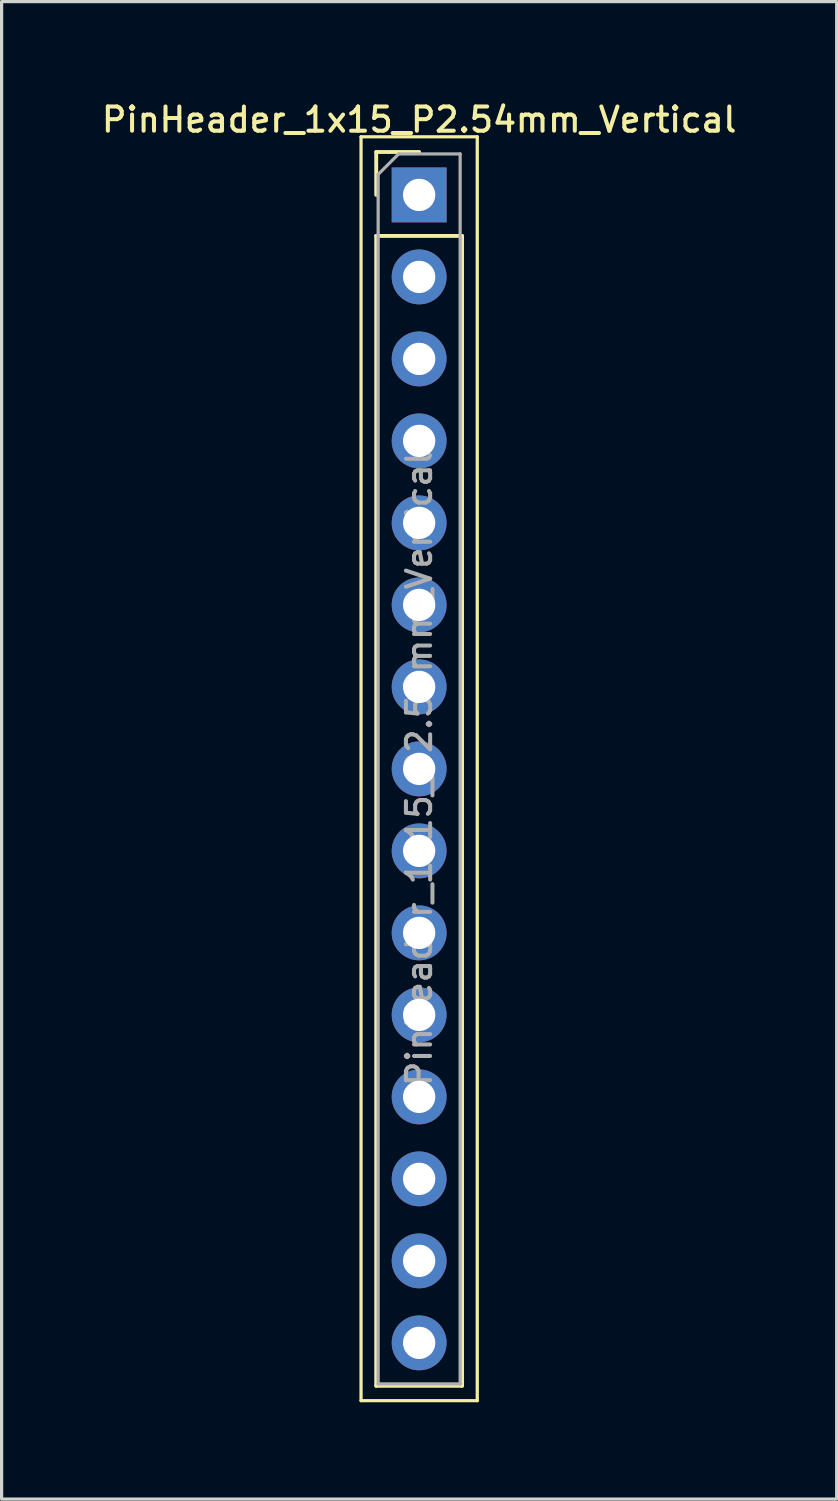
<source format=kicad_pcb>
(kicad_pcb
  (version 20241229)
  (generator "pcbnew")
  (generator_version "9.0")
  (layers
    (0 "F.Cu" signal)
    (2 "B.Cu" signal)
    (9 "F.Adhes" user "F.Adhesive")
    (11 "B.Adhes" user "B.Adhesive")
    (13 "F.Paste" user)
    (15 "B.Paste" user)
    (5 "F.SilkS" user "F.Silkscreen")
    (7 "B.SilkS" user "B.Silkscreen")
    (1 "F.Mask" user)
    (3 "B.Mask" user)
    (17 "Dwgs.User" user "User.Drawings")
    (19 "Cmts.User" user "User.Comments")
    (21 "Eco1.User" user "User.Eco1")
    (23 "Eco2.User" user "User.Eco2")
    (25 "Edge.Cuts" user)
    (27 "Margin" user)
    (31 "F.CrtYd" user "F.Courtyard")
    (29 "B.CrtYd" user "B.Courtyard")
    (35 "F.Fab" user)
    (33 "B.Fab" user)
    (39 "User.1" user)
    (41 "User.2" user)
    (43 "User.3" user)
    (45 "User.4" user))
  (footprint "PinHeader_1x15_P2.54mm_Vertical"
    (layer "F.Cu")
    (at 9.934 2.988)
    (property "Reference" "PinHeader_1x15_P2.54mm_Vertical" (at 0 -2.33 0) (layer "F.SilkS") (effects (font (size 0.75 0.75) (thickness 0.125))))
    (attr through_hole)
    (fp_line (start -1.8 -1.8) (end -1.8 37.35) (stroke (width 0.1) (type solid)) (layer "F.SilkS"))
    (fp_line (start -1.8 37.35) (end 1.8 37.35) (stroke (width 0.1) (type solid)) (layer "F.SilkS"))
    (fp_line (start -1.33 -1.33) (end 0 -1.33) (stroke (width 0.12) (type solid)) (layer "F.SilkS"))
    (fp_line (start -1.33 0) (end -1.33 -1.33) (stroke (width 0.12) (type solid)) (layer "F.SilkS"))
    (fp_line (start -1.33 1.27) (end -1.33 36.89) (stroke (width 0.12) (type solid)) (layer "F.SilkS"))
    (fp_line (start -1.33 1.27) (end 1.33 1.27) (stroke (width 0.12) (type solid)) (layer "F.SilkS"))
    (fp_line (start -1.33 36.89) (end 1.33 36.89) (stroke (width 0.12) (type solid)) (layer "F.SilkS"))
    (fp_line (start 1.33 1.27) (end 1.33 36.89) (stroke (width 0.12) (type solid)) (layer "F.SilkS"))
    (fp_line (start 1.8 -1.8) (end -1.8 -1.8) (stroke (width 0.1) (type solid)) (layer "F.SilkS"))
    (fp_line (start 1.8 37.35) (end 1.8 -1.8) (stroke (width 0.1) (type solid)) (layer "F.SilkS"))
    (fp_line (start -1.27 -0.635) (end -0.635 -1.27) (stroke (width 0.1) (type solid)) (layer "F.Fab"))
    (fp_line (start -1.27 36.83) (end -1.27 -0.635) (stroke (width 0.1) (type solid)) (layer "F.Fab"))
    (fp_line (start -0.635 -1.27) (end 1.27 -1.27) (stroke (width 0.1) (type solid)) (layer "F.Fab"))
    (fp_line (start 1.27 -1.27) (end 1.27 36.83) (stroke (width 0.1) (type solid)) (layer "F.Fab"))
    (fp_line (start 1.27 36.83) (end -1.27 36.83) (stroke (width 0.1) (type solid)) (layer "F.Fab"))
    (fp_text user "${REFERENCE}" (at 0 17.78 90) (layer "F.Fab") (effects (font (size 0.75 0.75) (thickness 0.125))))
    (pad "1" thru_hole rect (at 0 0) (size 1.7 1.7) (drill 1) (layers "*.Cu" "*.Mask"))
    (pad "2" thru_hole oval (at 0 2.54) (size 1.7 1.7) (drill 1) (layers "*.Cu" "*.Mask"))
    (pad "3" thru_hole oval (at 0 5.08) (size 1.7 1.7) (drill 1) (layers "*.Cu" "*.Mask"))
    (pad "4" thru_hole oval (at 0 7.62) (size 1.7 1.7) (drill 1) (layers "*.Cu" "*.Mask"))
    (pad "5" thru_hole oval (at 0 10.16) (size 1.7 1.7) (drill 1) (layers "*.Cu" "*.Mask"))
    (pad "6" thru_hole oval (at 0 12.7) (size 1.7 1.7) (drill 1) (layers "*.Cu" "*.Mask"))
    (pad "7" thru_hole oval (at 0 15.24) (size 1.7 1.7) (drill 1) (layers "*.Cu" "*.Mask"))
    (pad "8" thru_hole oval (at 0 17.78) (size 1.7 1.7) (drill 1) (layers "*.Cu" "*.Mask"))
    (pad "9" thru_hole oval (at 0 20.32) (size 1.7 1.7) (drill 1) (layers "*.Cu" "*.Mask"))
    (pad "10" thru_hole oval (at 0 22.86) (size 1.7 1.7) (drill 1) (layers "*.Cu" "*.Mask"))
    (pad "11" thru_hole oval (at 0 25.4) (size 1.7 1.7) (drill 1) (layers "*.Cu" "*.Mask"))
    (pad "12" thru_hole oval (at 0 27.94) (size 1.7 1.7) (drill 1) (layers "*.Cu" "*.Mask"))
    (pad "13" thru_hole oval (at 0 30.48) (size 1.7 1.7) (drill 1) (layers "*.Cu" "*.Mask"))
    (pad "14" thru_hole oval (at 0 33.02) (size 1.7 1.7) (drill 1) (layers "*.Cu" "*.Mask"))
    (pad "15" thru_hole oval (at 0 35.56) (size 1.7 1.7) (drill 1) (layers "*.Cu" "*.Mask")))
  (gr_rect
    (start -3 -3)
    (end 22.868 43.388)
    (stroke (width 0.1) (type default))
    (fill no)
    (layer "Edge.Cuts")))
</source>
